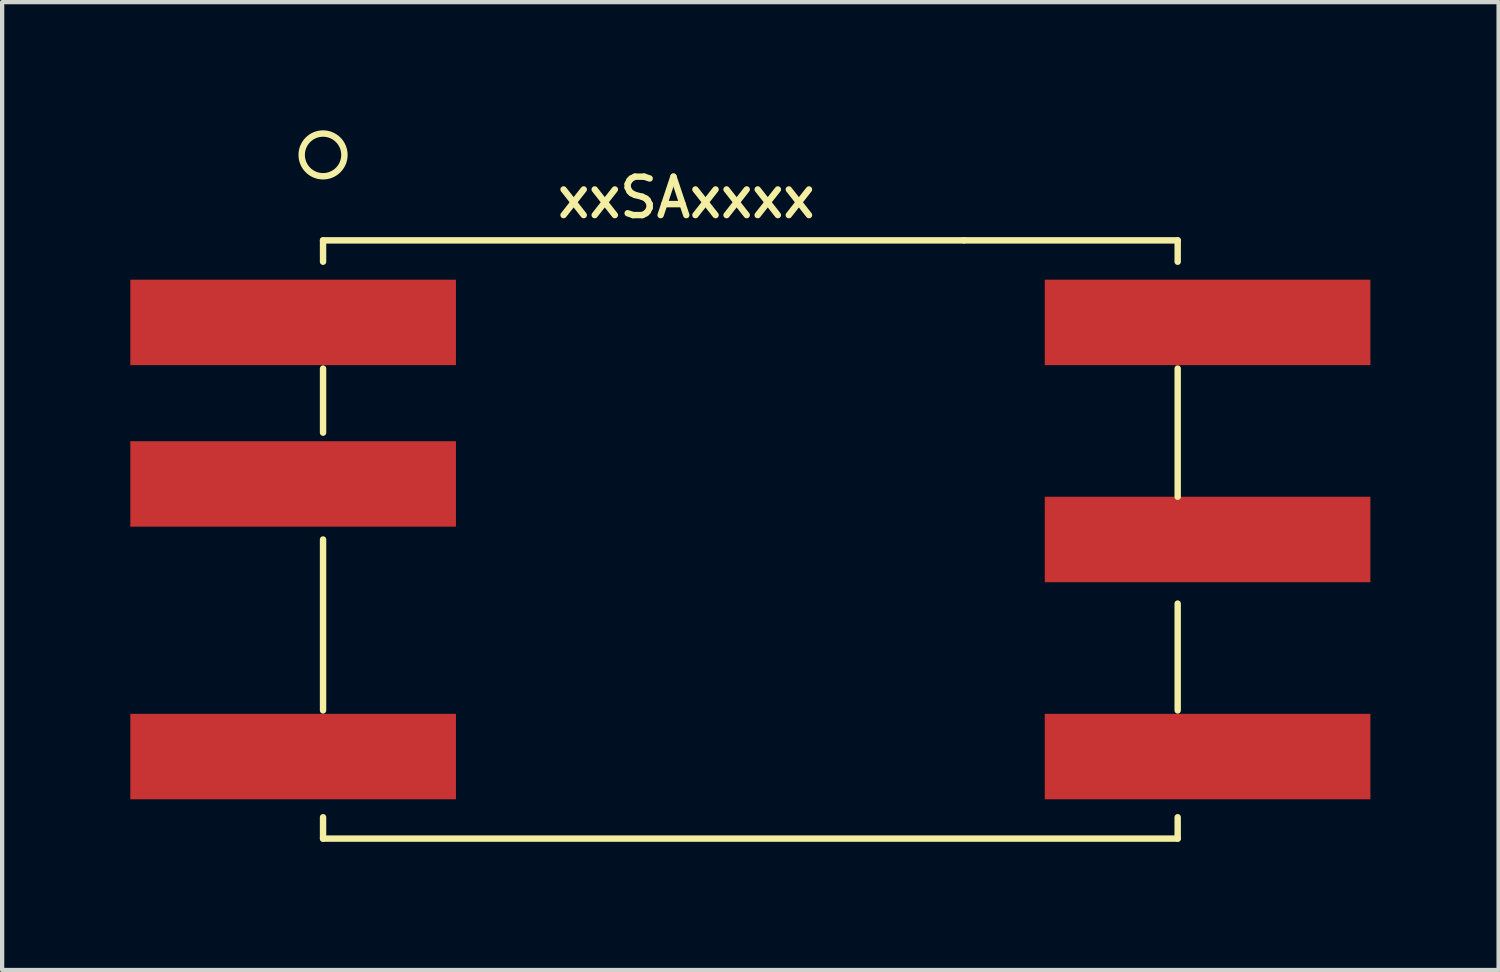
<source format=kicad_pcb>
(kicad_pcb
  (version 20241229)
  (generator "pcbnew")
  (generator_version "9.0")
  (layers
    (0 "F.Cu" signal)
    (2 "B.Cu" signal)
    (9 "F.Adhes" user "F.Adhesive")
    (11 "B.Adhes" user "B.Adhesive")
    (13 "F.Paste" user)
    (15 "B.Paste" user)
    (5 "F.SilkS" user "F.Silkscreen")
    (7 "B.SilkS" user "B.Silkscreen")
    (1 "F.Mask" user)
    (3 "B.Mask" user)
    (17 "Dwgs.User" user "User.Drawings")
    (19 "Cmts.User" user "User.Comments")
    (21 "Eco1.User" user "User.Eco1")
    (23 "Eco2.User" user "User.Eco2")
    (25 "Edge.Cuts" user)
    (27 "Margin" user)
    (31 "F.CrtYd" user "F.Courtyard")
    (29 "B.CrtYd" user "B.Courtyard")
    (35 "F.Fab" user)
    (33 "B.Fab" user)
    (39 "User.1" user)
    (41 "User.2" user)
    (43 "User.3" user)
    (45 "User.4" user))
  (footprint "xxSAxxxx"
    (layer "F.Cu")
    (at 14.51 9.575)
    (property "Reference" "xxSAxxxx" (at -1.5 -8 0) (layer "F.SilkS") (effects (font (size 0.9 0.9) (thickness 0.15))))
    (attr through_hole)
    (fp_line (start -10 -7) (end -10 -6.5) (stroke (width 0.15) (type solid)) (layer "F.SilkS"))
    (fp_line (start -10 -7) (end 5 -7) (stroke (width 0.15) (type solid)) (layer "F.SilkS"))
    (fp_line (start -10 -4) (end -10 -2.5) (stroke (width 0.15) (type solid)) (layer "F.SilkS"))
    (fp_line (start -10 0) (end -10 4) (stroke (width 0.15) (type solid)) (layer "F.SilkS"))
    (fp_line (start -10 6.5) (end -10 7) (stroke (width 0.15) (type solid)) (layer "F.SilkS"))
    (fp_line (start 5 -7) (end 10 -7) (stroke (width 0.15) (type solid)) (layer "F.SilkS"))
    (fp_line (start 10 -7) (end 10 -6.5) (stroke (width 0.15) (type solid)) (layer "F.SilkS"))
    (fp_line (start 10 -1) (end 10 -4) (stroke (width 0.15) (type solid)) (layer "F.SilkS"))
    (fp_line (start 10 4) (end 10 1.5) (stroke (width 0.15) (type solid)) (layer "F.SilkS"))
    (fp_line (start 10 6.5) (end 10 7) (stroke (width 0.15) (type solid)) (layer "F.SilkS"))
    (fp_line (start 10 7) (end -10 7) (stroke (width 0.15) (type solid)) (layer "F.SilkS"))
    (fp_circle (center -10 -9) (end -10.5 -9) (stroke (width 0.15) (type solid)) (fill no) (layer "F.SilkS"))
    (pad "1" smd rect (at -10.7 -5.08) (size 7.62 2) (layers "F.Cu" "F.Mask" "F.Paste"))
    (pad "2" smd rect (at -10.7 -1.3) (size 7.62 2) (layers "F.Cu" "F.Mask" "F.Paste"))
    (pad "3" smd rect (at -10.7 5.08) (size 7.62 2) (layers "F.Cu" "F.Mask" "F.Paste"))
    (pad "4" smd rect (at 10.7 5.08) (size 7.62 2) (layers "F.Cu" "F.Mask" "F.Paste"))
    (pad "5" smd rect (at 10.7 0) (size 7.62 2) (layers "F.Cu" "F.Mask" "F.Paste"))
    (pad "6" smd rect (at 10.7 -5.08) (size 7.62 2) (layers "F.Cu" "F.Mask" "F.Paste")))
  (gr_rect
    (start -3 -3)
    (end 32.02 19.65)
    (stroke (width 0.1) (type default))
    (fill no)
    (layer "Edge.Cuts")))
</source>
